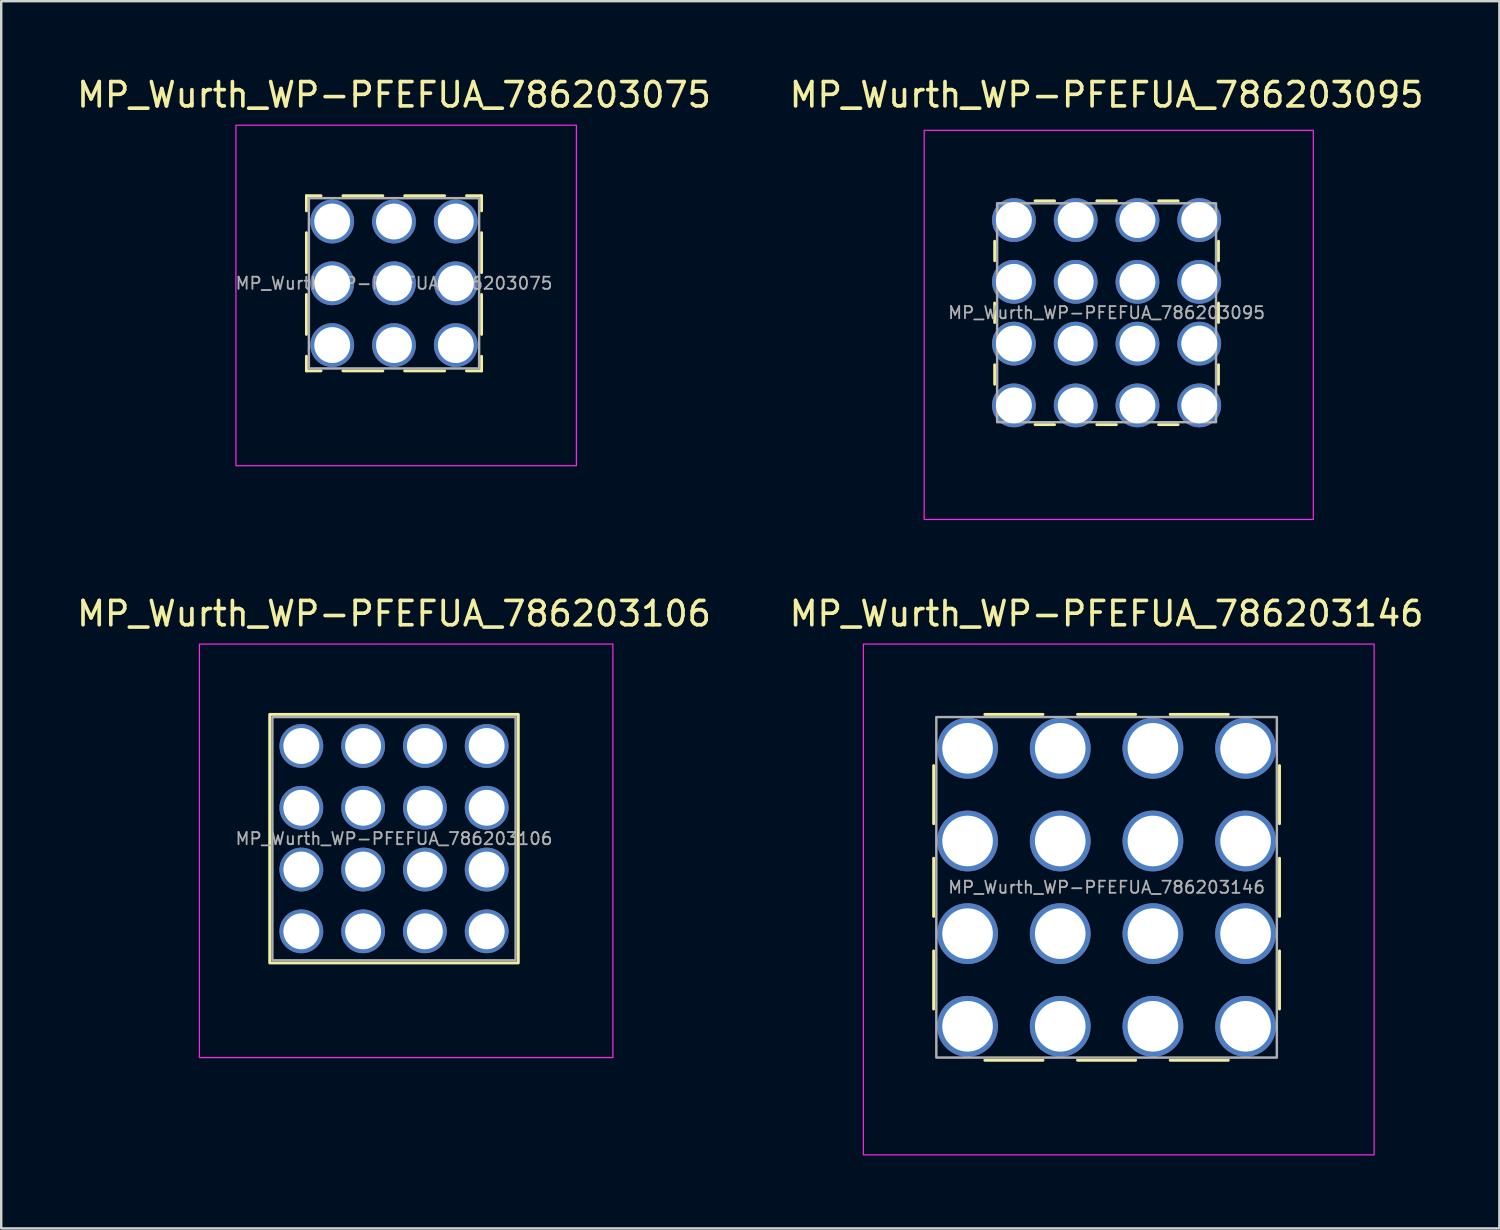
<source format=kicad_pcb>
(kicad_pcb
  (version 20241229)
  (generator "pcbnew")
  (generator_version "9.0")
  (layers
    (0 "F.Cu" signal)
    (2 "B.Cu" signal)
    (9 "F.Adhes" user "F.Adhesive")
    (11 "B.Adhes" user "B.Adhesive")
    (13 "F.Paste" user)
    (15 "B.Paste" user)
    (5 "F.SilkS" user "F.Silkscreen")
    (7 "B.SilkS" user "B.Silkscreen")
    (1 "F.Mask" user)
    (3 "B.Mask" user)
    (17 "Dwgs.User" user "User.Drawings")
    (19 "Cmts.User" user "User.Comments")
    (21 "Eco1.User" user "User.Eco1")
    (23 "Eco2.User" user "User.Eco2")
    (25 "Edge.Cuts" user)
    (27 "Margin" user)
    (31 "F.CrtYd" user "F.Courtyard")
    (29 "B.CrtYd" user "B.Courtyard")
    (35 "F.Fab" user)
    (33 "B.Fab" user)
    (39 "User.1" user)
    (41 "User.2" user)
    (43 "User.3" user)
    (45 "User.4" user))
  (footprint "MP_Wurth_WP-PFEFUA_786203095"
    (layer "F.Cu")
    (at 42.446 9.808)
    (property "Reference" "MP_Wurth_WP-PFEFUA_786203095" (at 0 -8.96 0) (unlocked yes) (layer "F.SilkS") (effects (font (size 1 1) (thickness 0.15))))
    (attr through_hole)
    (fp_line (start -4.6 -2.14) (end -4.6 -2.94) (stroke (width 0.12) (type solid)) (layer "F.SilkS"))
    (fp_line (start -4.6 0.4) (end -4.6 -0.4) (stroke (width 0.12) (type solid)) (layer "F.SilkS"))
    (fp_line (start -4.6 2.94) (end -4.6 2.14) (stroke (width 0.12) (type solid)) (layer "F.SilkS"))
    (fp_line (start -2.94 -4.6) (end -2.14 -4.6) (stroke (width 0.12) (type solid)) (layer "F.SilkS"))
    (fp_line (start -2.14 4.6) (end -2.94 4.6) (stroke (width 0.12) (type solid)) (layer "F.SilkS"))
    (fp_line (start -0.4 -4.6) (end 0.4 -4.6) (stroke (width 0.12) (type solid)) (layer "F.SilkS"))
    (fp_line (start 0.4 4.6) (end -0.4 4.6) (stroke (width 0.12) (type solid)) (layer "F.SilkS"))
    (fp_line (start 2.14 -4.6) (end 2.94 -4.6) (stroke (width 0.12) (type solid)) (layer "F.SilkS"))
    (fp_line (start 2.94 4.6) (end 2.14 4.6) (stroke (width 0.12) (type solid)) (layer "F.SilkS"))
    (fp_line (start 4.6 -2.94) (end 4.6 -2.14) (stroke (width 0.12) (type solid)) (layer "F.SilkS"))
    (fp_line (start 4.6 -0.4) (end 4.6 0.4) (stroke (width 0.12) (type solid)) (layer "F.SilkS"))
    (fp_line (start 4.6 2.14) (end 4.6 2.94) (stroke (width 0.12) (type solid)) (layer "F.SilkS"))
    (fp_rect (start -7.5 -7.5) (end 8.5 8.5) (stroke (width 0.05) (type solid)) (fill no) (layer "F.CrtYd"))
    (fp_rect (start -4.5 -4.5) (end 4.5 4.5) (stroke (width 0.1) (type solid)) (fill no) (layer "F.Fab"))
    (fp_text user "${REFERENCE}" (at 0 0 0) (unlocked yes) (layer "F.Fab") (effects (font (size 0.5 0.5) (thickness 0.075))))
    (pad "1" thru_hole circle (at -3.81 -3.81) (size 1.8 1.8) (drill 1.475) (layers "*.Cu" "*.Mask"))
    (pad "1" thru_hole circle (at -3.81 -1.27) (size 1.8 1.8) (drill 1.475) (layers "*.Cu" "*.Mask"))
    (pad "1" thru_hole circle (at -3.81 1.27) (size 1.8 1.8) (drill 1.475) (layers "*.Cu" "*.Mask"))
    (pad "1" thru_hole circle (at -3.81 3.81) (size 1.8 1.8) (drill 1.475) (layers "*.Cu" "*.Mask"))
    (pad "1" thru_hole circle (at -1.27 -3.81) (size 1.8 1.8) (drill 1.475) (layers "*.Cu" "*.Mask"))
    (pad "1" thru_hole circle (at -1.27 -1.27) (size 1.8 1.8) (drill 1.475) (layers "*.Cu" "*.Mask"))
    (pad "1" thru_hole circle (at -1.27 1.27) (size 1.8 1.8) (drill 1.475) (layers "*.Cu" "*.Mask"))
    (pad "1" thru_hole circle (at -1.27 3.81) (size 1.8 1.8) (drill 1.475) (layers "*.Cu" "*.Mask"))
    (pad "1" thru_hole circle (at 1.27 -3.81) (size 1.8 1.8) (drill 1.475) (layers "*.Cu" "*.Mask"))
    (pad "1" thru_hole circle (at 1.27 -1.27) (size 1.8 1.8) (drill 1.475) (layers "*.Cu" "*.Mask"))
    (pad "1" thru_hole circle (at 1.27 1.27) (size 1.8 1.8) (drill 1.475) (layers "*.Cu" "*.Mask"))
    (pad "1" thru_hole circle (at 1.27 3.81) (size 1.8 1.8) (drill 1.475) (layers "*.Cu" "*.Mask"))
    (pad "1" thru_hole circle (at 3.81 -3.81) (size 1.8 1.8) (drill 1.475) (layers "*.Cu" "*.Mask"))
    (pad "1" thru_hole circle (at 3.81 -1.27) (size 1.8 1.8) (drill 1.475) (layers "*.Cu" "*.Mask"))
    (pad "1" thru_hole circle (at 3.81 1.27) (size 1.8 1.8) (drill 1.475) (layers "*.Cu" "*.Mask"))
    (pad "1" thru_hole circle (at 3.81 3.81) (size 1.8 1.8) (drill 1.475) (layers "*.Cu" "*.Mask")))
  (footprint "MP_Wurth_WP-PFEFUA_786203146"
    (layer "F.Cu")
    (at 42.446 33.431)
    (property "Reference" "MP_Wurth_WP-PFEFUA_786203146" (at 0 -11.25 0) (unlocked yes) (layer "F.SilkS") (effects (font (size 1 1) (thickness 0.15))))
    (attr through_hole)
    (fp_line (start -7.11 -5.005) (end -7.11 -2.615) (stroke (width 0.12) (type default)) (layer "F.SilkS"))
    (fp_line (start -7.11 -1.195) (end -7.11 1.195) (stroke (width 0.12) (type default)) (layer "F.SilkS"))
    (fp_line (start -7.11 2.615) (end -7.11 5.005) (stroke (width 0.12) (type default)) (layer "F.SilkS"))
    (fp_line (start -5.005 -7.11) (end -2.615 -7.11) (stroke (width 0.12) (type default)) (layer "F.SilkS"))
    (fp_line (start -5.005 7.11) (end -2.615 7.11) (stroke (width 0.12) (type default)) (layer "F.SilkS"))
    (fp_line (start -1.195 -7.11) (end 1.195 -7.11) (stroke (width 0.12) (type default)) (layer "F.SilkS"))
    (fp_line (start -1.195 7.11) (end 1.195 7.11) (stroke (width 0.12) (type default)) (layer "F.SilkS"))
    (fp_line (start 2.615 -7.11) (end 5.005 -7.11) (stroke (width 0.12) (type default)) (layer "F.SilkS"))
    (fp_line (start 2.615 7.11) (end 5.005 7.11) (stroke (width 0.12) (type default)) (layer "F.SilkS"))
    (fp_line (start 7.11 -5.005) (end 7.11 -2.615) (stroke (width 0.12) (type default)) (layer "F.SilkS"))
    (fp_line (start 7.11 -1.195) (end 7.11 1.195) (stroke (width 0.12) (type default)) (layer "F.SilkS"))
    (fp_line (start 7.11 2.615) (end 7.11 5.005) (stroke (width 0.12) (type default)) (layer "F.SilkS"))
    (fp_rect (start -10 -10) (end 11 11) (stroke (width 0.05) (type solid)) (fill no) (layer "F.CrtYd"))
    (fp_rect (start -7 -7) (end 7 7) (stroke (width 0.1) (type solid)) (fill no) (layer "F.Fab"))
    (fp_text user "${REFERENCE}" (at 0 0 0) (unlocked yes) (layer "F.Fab") (effects (font (size 0.5 0.5) (thickness 0.075))))
    (pad "1" thru_hole circle (at -5.715 -5.715) (size 2.5 2.5) (drill 2.08) (layers "*.Cu" "*.Mask"))
    (pad "1" thru_hole circle (at -5.715 -1.905) (size 2.5 2.5) (drill 2.08) (layers "*.Cu" "*.Mask"))
    (pad "1" thru_hole circle (at -5.715 1.905) (size 2.5 2.5) (drill 2.08) (layers "*.Cu" "*.Mask"))
    (pad "1" thru_hole circle (at -5.715 5.715) (size 2.5 2.5) (drill 2.08) (layers "*.Cu" "*.Mask"))
    (pad "1" thru_hole circle (at -1.905 -5.715) (size 2.5 2.5) (drill 2.08) (layers "*.Cu" "*.Mask"))
    (pad "1" thru_hole circle (at -1.905 -1.905) (size 2.5 2.5) (drill 2.08) (layers "*.Cu" "*.Mask"))
    (pad "1" thru_hole circle (at -1.905 1.905) (size 2.5 2.5) (drill 2.08) (layers "*.Cu" "*.Mask"))
    (pad "1" thru_hole circle (at -1.905 5.715) (size 2.5 2.5) (drill 2.08) (layers "*.Cu" "*.Mask"))
    (pad "1" thru_hole circle (at 1.905 -5.715) (size 2.5 2.5) (drill 2.08) (layers "*.Cu" "*.Mask"))
    (pad "1" thru_hole circle (at 1.905 -1.905) (size 2.5 2.5) (drill 2.08) (layers "*.Cu" "*.Mask"))
    (pad "1" thru_hole circle (at 1.905 1.905) (size 2.5 2.5) (drill 2.08) (layers "*.Cu" "*.Mask"))
    (pad "1" thru_hole circle (at 1.905 5.715) (size 2.5 2.5) (drill 2.08) (layers "*.Cu" "*.Mask"))
    (pad "1" thru_hole circle (at 5.715 -5.715) (size 2.5 2.5) (drill 2.08) (layers "*.Cu" "*.Mask"))
    (pad "1" thru_hole circle (at 5.715 -1.905) (size 2.5 2.5) (drill 2.08) (layers "*.Cu" "*.Mask"))
    (pad "1" thru_hole circle (at 5.715 1.905) (size 2.5 2.5) (drill 2.08) (layers "*.Cu" "*.Mask"))
    (pad "1" thru_hole circle (at 5.715 5.715) (size 2.5 2.5) (drill 2.08) (layers "*.Cu" "*.Mask")))
  (footprint "MP_Wurth_WP-PFEFUA_786203106"
    (layer "F.Cu")
    (at 13.149 31.431)
    (property "Reference" "MP_Wurth_WP-PFEFUA_786203106" (at 0 -9.25 0) (unlocked yes) (layer "F.SilkS") (effects (font (size 1 1) (thickness 0.15))))
    (attr through_hole)
    (fp_rect (start -5.11 -5.11) (end 5.11 5.11) (stroke (width 0.12) (type default)) (fill no) (layer "F.SilkS"))
    (fp_rect (start -8 -8) (end 9 9) (stroke (width 0.05) (type solid)) (fill no) (layer "F.CrtYd"))
    (fp_rect (start -5 -5) (end 5 5) (stroke (width 0.1) (type solid)) (fill no) (layer "F.Fab"))
    (fp_text user "${REFERENCE}" (at 0 0 0) (unlocked yes) (layer "F.Fab") (effects (font (size 0.5 0.5) (thickness 0.075))))
    (pad "1" thru_hole circle (at -3.81 -3.81) (size 1.8 1.8) (drill 1.475) (layers "*.Cu" "*.Mask"))
    (pad "1" thru_hole circle (at -3.81 -1.27) (size 1.8 1.8) (drill 1.475) (layers "*.Cu" "*.Mask"))
    (pad "1" thru_hole circle (at -3.81 1.27) (size 1.8 1.8) (drill 1.475) (layers "*.Cu" "*.Mask"))
    (pad "1" thru_hole circle (at -3.81 3.81) (size 1.8 1.8) (drill 1.475) (layers "*.Cu" "*.Mask"))
    (pad "1" thru_hole circle (at -1.27 -3.81) (size 1.8 1.8) (drill 1.475) (layers "*.Cu" "*.Mask"))
    (pad "1" thru_hole circle (at -1.27 -1.27) (size 1.8 1.8) (drill 1.475) (layers "*.Cu" "*.Mask"))
    (pad "1" thru_hole circle (at -1.27 1.27) (size 1.8 1.8) (drill 1.475) (layers "*.Cu" "*.Mask"))
    (pad "1" thru_hole circle (at -1.27 3.81) (size 1.8 1.8) (drill 1.475) (layers "*.Cu" "*.Mask"))
    (pad "1" thru_hole circle (at 1.27 -3.81) (size 1.8 1.8) (drill 1.475) (layers "*.Cu" "*.Mask"))
    (pad "1" thru_hole circle (at 1.27 -1.27) (size 1.8 1.8) (drill 1.475) (layers "*.Cu" "*.Mask"))
    (pad "1" thru_hole circle (at 1.27 1.27) (size 1.8 1.8) (drill 1.475) (layers "*.Cu" "*.Mask"))
    (pad "1" thru_hole circle (at 1.27 3.81) (size 1.8 1.8) (drill 1.475) (layers "*.Cu" "*.Mask"))
    (pad "1" thru_hole circle (at 3.81 -3.81) (size 1.8 1.8) (drill 1.475) (layers "*.Cu" "*.Mask"))
    (pad "1" thru_hole circle (at 3.81 -1.27) (size 1.8 1.8) (drill 1.475) (layers "*.Cu" "*.Mask"))
    (pad "1" thru_hole circle (at 3.81 1.27) (size 1.8 1.8) (drill 1.475) (layers "*.Cu" "*.Mask"))
    (pad "1" thru_hole circle (at 3.81 3.81) (size 1.8 1.8) (drill 1.475) (layers "*.Cu" "*.Mask")))
  (footprint "MP_Wurth_WP-PFEFUA_786203075"
    (layer "F.Cu")
    (at 13.149 8.598)
    (property "Reference" "MP_Wurth_WP-PFEFUA_786203075" (at 0 -7.75 0) (unlocked yes) (layer "F.SilkS") (effects (font (size 1 1) (thickness 0.15))))
    (attr through_hole)
    (fp_line (start -3.6 -3.6) (end -3 -3.6) (stroke (width 0.12) (type solid)) (layer "F.SilkS"))
    (fp_line (start -3.6 -2.98) (end -3.6 -3.6) (stroke (width 0.12) (type solid)) (layer "F.SilkS"))
    (fp_line (start -3.6 -0.44) (end -3.6 -2.08) (stroke (width 0.12) (type solid)) (layer "F.SilkS"))
    (fp_line (start -3.6 2.1) (end -3.6 0.46) (stroke (width 0.12) (type solid)) (layer "F.SilkS"))
    (fp_line (start -3.6 3.6) (end -3.6 3) (stroke (width 0.12) (type solid)) (layer "F.SilkS"))
    (fp_line (start -3 3.6) (end -3.6 3.6) (stroke (width 0.12) (type solid)) (layer "F.SilkS"))
    (fp_line (start -2.1 -3.6) (end -0.46 -3.6) (stroke (width 0.12) (type solid)) (layer "F.SilkS"))
    (fp_line (start -0.46 3.6) (end -2.1 3.6) (stroke (width 0.12) (type solid)) (layer "F.SilkS"))
    (fp_line (start 0.44 -3.6) (end 2.08 -3.6) (stroke (width 0.12) (type solid)) (layer "F.SilkS"))
    (fp_line (start 2.08 3.6) (end 0.44 3.6) (stroke (width 0.12) (type solid)) (layer "F.SilkS"))
    (fp_line (start 2.98 -3.6) (end 3.6 -3.6) (stroke (width 0.12) (type solid)) (layer "F.SilkS"))
    (fp_line (start 3.6 -3.6) (end 3.6 -2.98) (stroke (width 0.12) (type solid)) (layer "F.SilkS"))
    (fp_line (start 3.6 -2.08) (end 3.6 -0.44) (stroke (width 0.12) (type solid)) (layer "F.SilkS"))
    (fp_line (start 3.6 0.46) (end 3.6 2.1) (stroke (width 0.12) (type solid)) (layer "F.SilkS"))
    (fp_line (start 3.6 3) (end 3.6 3.6) (stroke (width 0.12) (type solid)) (layer "F.SilkS"))
    (fp_line (start 3.6 3.6) (end 2.98 3.6) (stroke (width 0.12) (type solid)) (layer "F.SilkS"))
    (fp_rect (start -6.5 -6.5) (end 7.5 7.5) (stroke (width 0.05) (type solid)) (fill no) (layer "F.CrtYd"))
    (fp_rect (start -3.5 -3.5) (end 3.5 3.5) (stroke (width 0.1) (type solid)) (fill no) (layer "F.Fab"))
    (fp_text user "${REFERENCE}" (at 0 0 0) (unlocked yes) (layer "F.Fab") (effects (font (size 0.5 0.5) (thickness 0.075))))
    (pad "1" thru_hole circle (at -2.54 -2.54) (size 1.8 1.8) (drill 1.475) (layers "*.Cu" "*.Mask"))
    (pad "1" thru_hole circle (at -2.54 0) (size 1.8 1.8) (drill 1.475) (layers "*.Cu" "*.Mask"))
    (pad "1" thru_hole circle (at -2.54 2.54) (size 1.8 1.8) (drill 1.475) (layers "*.Cu" "*.Mask"))
    (pad "1" thru_hole circle (at 0 -2.54) (size 1.8 1.8) (drill 1.475) (layers "*.Cu" "*.Mask"))
    (pad "1" thru_hole circle (at 0 0) (size 1.8 1.8) (drill 1.475) (layers "*.Cu" "*.Mask"))
    (pad "1" thru_hole circle (at 0 2.54) (size 1.8 1.8) (drill 1.475) (layers "*.Cu" "*.Mask"))
    (pad "1" thru_hole circle (at 2.54 -2.54) (size 1.8 1.8) (drill 1.475) (layers "*.Cu" "*.Mask"))
    (pad "1" thru_hole circle (at 2.54 0) (size 1.8 1.8) (drill 1.475) (layers "*.Cu" "*.Mask"))
    (pad "1" thru_hole circle (at 2.54 2.54) (size 1.8 1.8) (drill 1.475) (layers "*.Cu" "*.Mask")))
  (gr_rect
    (start -3 -3)
    (end 58.595 47.456)
    (stroke (width 0.1) (type default))
    (fill no)
    (layer "Edge.Cuts")))
</source>
